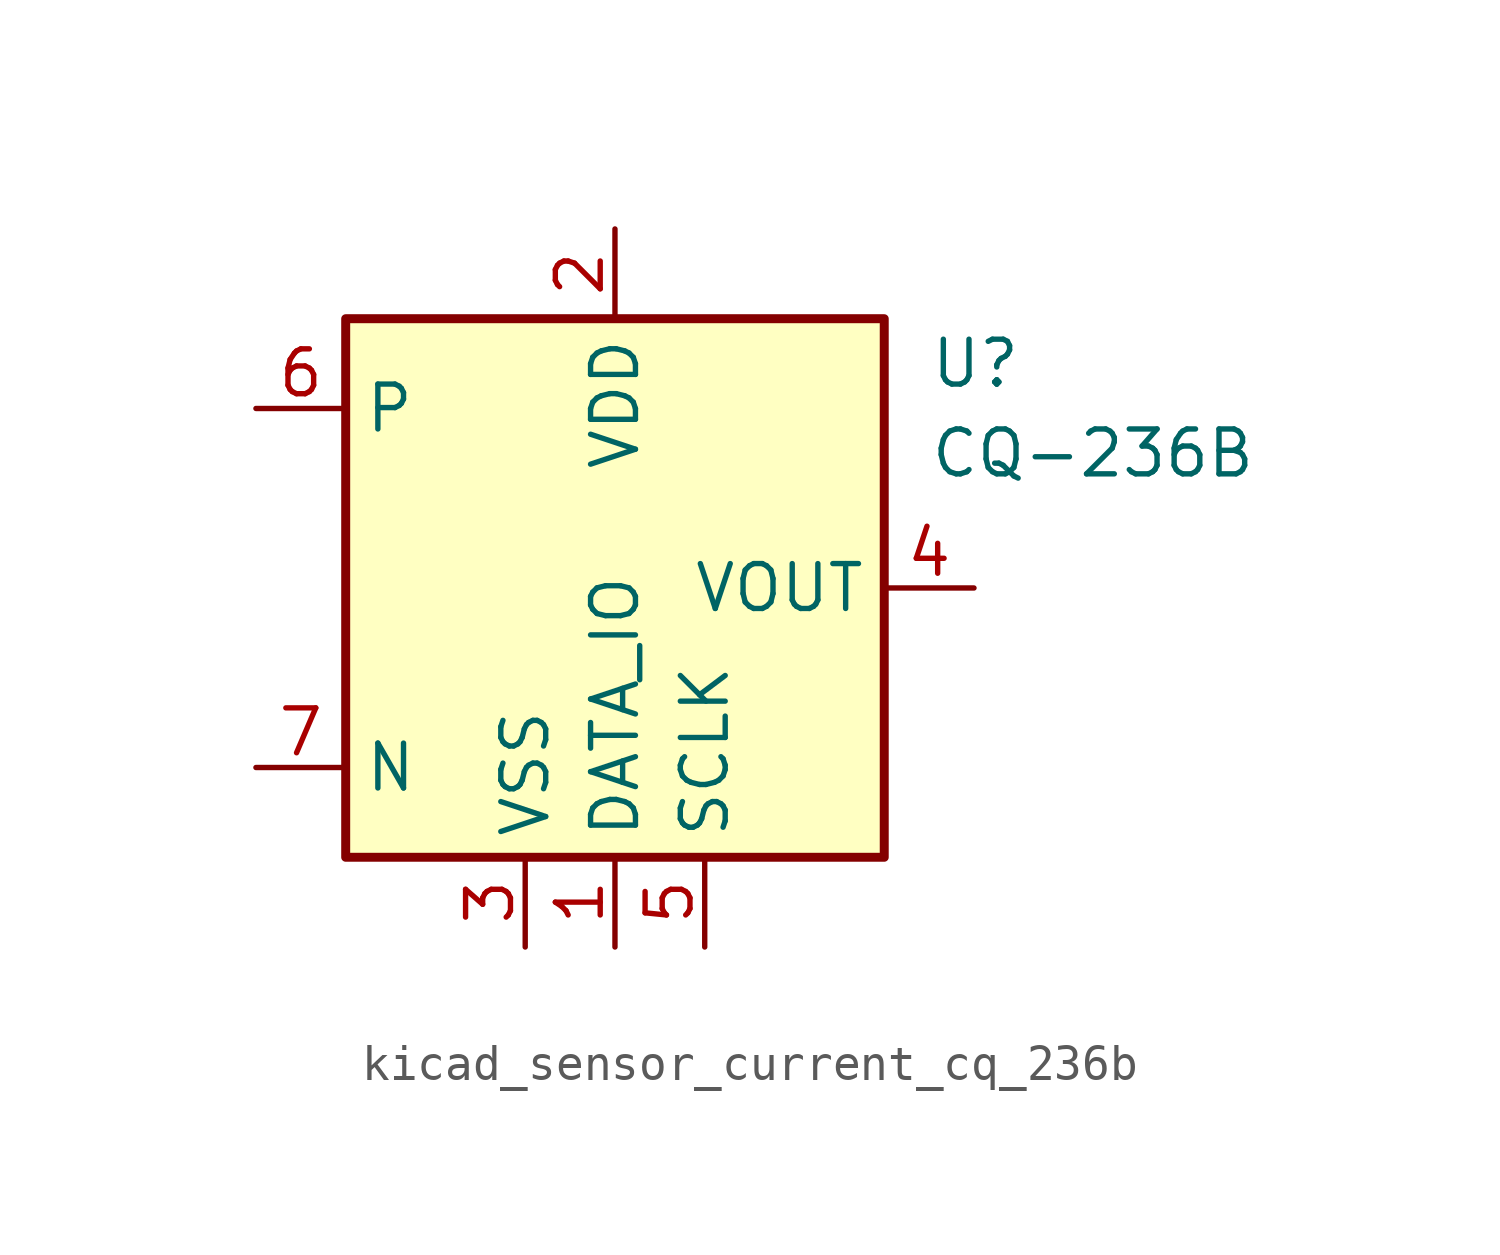
<source format=kicad_sym>
(kicad_symbol_lib
  (version 20220914)
  (generator kicad_symbol_editor)
  (symbol "kicad_sensor_current_cq_236b"
    (property "Reference" "U"
      (at 8.89 6.35 0)
      (effects (font (size 1.27 1.27)) (justify left)))
    (property "Value" "CQ-236B"
      (at 8.89 3.81 0)
      (effects (font (size 1.27 1.27)) (justify left)))
    (symbol "kicad_sensor_current_cq_236b_0_1"
      (rectangle (start -7.62 7.62) (end 7.62 -7.62) (stroke (width 0.254) (type default)) (fill (type background))))
    (symbol "kicad_sensor_current_cq_236b_1_1"
      (pin power_in line (at 0 -10.16 90) (length 2.54) (name "DATA_IO" (effects (font (size 1.27 1.27)))) (number "1" (effects (font (size 1.27 1.27)))))
      (pin power_in line (at 0 10.16 270) (length 2.54) (name "VDD" (effects (font (size 1.27 1.27)))) (number "2" (effects (font (size 1.27 1.27)))))
      (pin power_in line (at -2.54 -10.16 90) (length 2.54) (name "VSS" (effects (font (size 1.27 1.27)))) (number "3" (effects (font (size 1.27 1.27)))))
      (pin output line (at 10.16 0 180) (length 2.54) (name "VOUT" (effects (font (size 1.27 1.27)))) (number "4" (effects (font (size 1.27 1.27)))))
      (pin power_in line (at 2.54 -10.16 90) (length 2.54) (name "SCLK" (effects (font (size 1.27 1.27)))) (number "5" (effects (font (size 1.27 1.27)))))
      (pin passive line (at -10.16 5.08 0) (length 2.54) (name "P" (effects (font (size 1.27 1.27)))) (number "6" (effects (font (size 1.27 1.27)))))
      (pin passive line (at -10.16 -5.08 0) (length 2.54) (name "N" (effects (font (size 1.27 1.27)))) (number "7" (effects (font (size 1.27 1.27))))))))
</source>
